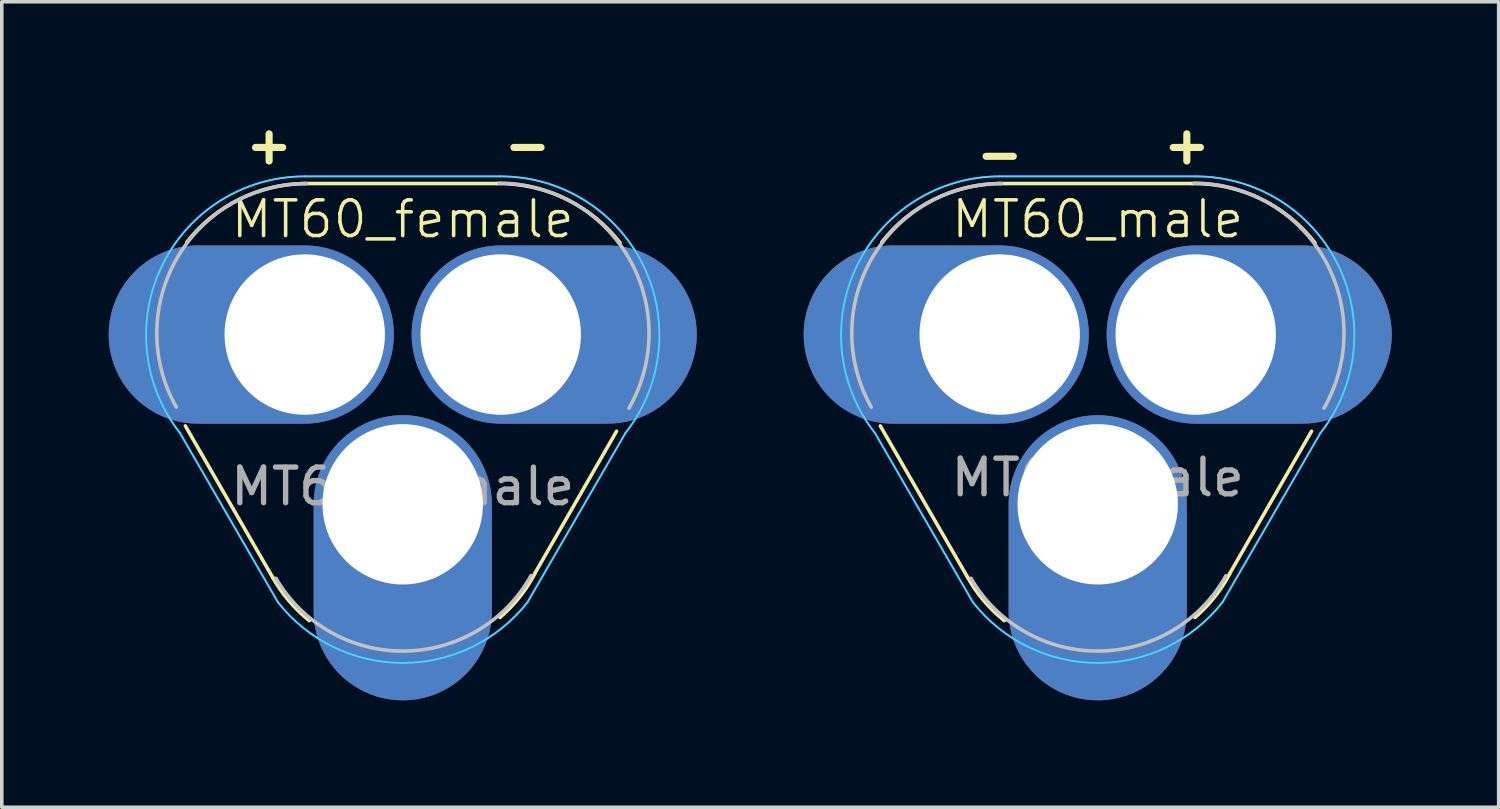
<source format=kicad_pcb>
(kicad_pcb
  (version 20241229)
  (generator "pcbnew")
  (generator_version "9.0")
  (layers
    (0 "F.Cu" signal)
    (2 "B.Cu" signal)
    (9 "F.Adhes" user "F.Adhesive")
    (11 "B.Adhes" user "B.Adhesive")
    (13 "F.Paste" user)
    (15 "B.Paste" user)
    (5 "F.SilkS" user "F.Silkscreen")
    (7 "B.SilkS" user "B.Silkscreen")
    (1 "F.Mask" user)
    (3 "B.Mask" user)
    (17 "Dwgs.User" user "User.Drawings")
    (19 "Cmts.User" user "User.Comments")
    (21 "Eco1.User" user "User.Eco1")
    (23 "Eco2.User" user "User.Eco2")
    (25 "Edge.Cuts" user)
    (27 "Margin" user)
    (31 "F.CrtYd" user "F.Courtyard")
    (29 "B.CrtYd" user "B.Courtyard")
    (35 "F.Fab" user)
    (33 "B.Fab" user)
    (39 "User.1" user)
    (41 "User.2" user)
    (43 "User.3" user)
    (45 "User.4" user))
  (footprint "MT60_female"
    (layer "F.Cu")
    (at 8.25 8.1)
    (property "Reference" "MT60_female" (at 0 -5 0) (unlocked yes) (layer "F.SilkS") (effects (font (size 1 1) (thickness 0.1))))
    (attr through_hole)
    (fp_line (start -3.65 5.05) (end -6.1 0.8) (stroke (width 0.1) (type default)) (layer "F.SilkS"))
    (fp_line (start 2.65 -6) (end -2.75 -6) (stroke (width 0.1) (type default)) (layer "F.SilkS"))
    (fp_line (start 3.7 4.95) (end 6 0.95) (stroke (width 0.1) (type default)) (layer "F.SilkS"))
    (fp_arc (start -6.057676 -4.355957) (mid -4.591767 -5.556076) (end -2.75 -6) (stroke (width 0.1) (type solid)) (layer "F.SilkS"))
    (fp_arc (start -2.62118 6.26411) (mid -3.193813 5.706392) (end -3.65 5.05) (stroke (width 0.1) (type solid)) (layer "F.SilkS"))
    (fp_arc (start 2.65 -6) (mid 4.568852 -5.57297) (end 6.097173 -4.336612) (stroke (width 0.1) (type solid)) (layer "F.SilkS"))
    (fp_arc (start 3.7 4.958313) (mid 3.2713 5.6122) (end 2.728482 6.174961) (stroke (width 0.1) (type solid)) (layer "F.SilkS"))
    (fp_arc (start -6.352681 0.273143) (mid -6.329546 -3.913386) (end -2.7 -6) (stroke (width 0.1) (type solid)) (layer "Dwgs.User"))
    (fp_arc (start 2.7 -6.010998) (mid 6.345244 -3.908247) (end 6.35 0.3) (stroke (width 0.1) (type default)) (layer "Dwgs.User"))
    (fp_arc (start 3.6 5) (mid 0.043191 7.118026) (end -3.557259 5.075068) (stroke (width 0.1) (type default)) (layer "Dwgs.User"))
    (fp_line (start -3.5 5.75) (end -6.25 1) (stroke (width 0.05) (type default)) (layer "B.CrtYd"))
    (fp_line (start -2.75 -6.201) (end 2.75 -6.201) (stroke (width 0.05) (type default)) (layer "B.CrtYd"))
    (fp_line (start 3.5 5.75) (end 6.25 1) (stroke (width 0.05) (type default)) (layer "B.CrtYd"))
    (fp_arc (start -6.25 1) (mid -6.753317 -3.695753) (end -2.75 -6.201123) (stroke (width 0.05) (type default)) (layer "B.CrtYd"))
    (fp_arc (start 2.75 -6.201123) (mid 6.753316 -3.695753) (end 6.25 1) (stroke (width 0.05) (type default)) (layer "B.CrtYd"))
    (fp_arc (start 3.5 5.75) (mid 0 7.451123) (end -3.5 5.75) (stroke (width 0.05) (type default)) (layer "B.CrtYd"))
    (fp_line (start -3.5 5.75) (end -6.25 1) (stroke (width 0.05) (type default)) (layer "F.CrtYd"))
    (fp_line (start -2.75 -6.201) (end 2.75 -6.201) (stroke (width 0.05) (type default)) (layer "F.CrtYd"))
    (fp_line (start 6.25 1) (end 3.5 5.75) (stroke (width 0.05) (type default)) (layer "F.CrtYd"))
    (fp_arc (start -6.25 1) (mid -6.753317 -3.695753) (end -2.75 -6.201123) (stroke (width 0.05) (type default)) (layer "F.CrtYd"))
    (fp_arc (start 2.75 -6.201123) (mid 6.753316 -3.695753) (end 6.25 1) (stroke (width 0.05) (type default)) (layer "F.CrtYd"))
    (fp_arc (start 3.5 5.75) (mid 0 7.451123) (end -3.5 5.75) (stroke (width 0.05) (type default)) (layer "F.CrtYd"))
    (fp_text user "-" (at 2.75 -6.5 0) (unlocked yes) (layer "F.SilkS") (effects (font (size 1 1) (thickness 0.2) (bold yes)) (justify left bottom)))
    (fp_text user "+" (at -4.5 -6.5 0) (unlocked yes) (layer "F.SilkS") (effects (font (size 1 1) (thickness 0.2) (bold yes)) (justify left bottom)))
    (fp_text user "${REFERENCE}" (at 0 2.5 0) (unlocked yes) (layer "F.Fab") (effects (font (size 1 1) (thickness 0.15))))
    (pad "1" thru_hole oval (at -2.75 -1.763 90) (size 5 8) (drill 4.5 (offset 0 -1.5)) (layers "*.Cu" "*.Mask"))
    (pad "2" thru_hole oval (at 0 3 180) (size 5 8) (drill 4.5 (offset 0 -1.5)) (layers "*.Cu" "*.Mask"))
    (pad "3" thru_hole oval (at 2.75 -1.763 270) (size 5 8) (drill 4.5 (offset 0 -1.5)) (layers "*.Cu" "*.Mask")))
  (footprint "MT60_male"
    (layer "F.Cu")
    (at 27.75 7.85)
    (property "Reference" "MT60_male" (at 0 -4.75 0) (unlocked yes) (layer "F.SilkS") (effects (font (size 1 1) (thickness 0.1))))
    (attr through_hole)
    (fp_line (start -3.65 5.3) (end -6.1 1.05) (stroke (width 0.1) (type default)) (layer "F.SilkS"))
    (fp_line (start 2.65 -5.75) (end -2.75 -5.75) (stroke (width 0.1) (type default)) (layer "F.SilkS"))
    (fp_line (start 3.7 5.2) (end 6 1.2) (stroke (width 0.1) (type default)) (layer "F.SilkS"))
    (fp_arc (start -6.057676 -4.105957) (mid -4.591767 -5.306076) (end -2.75 -5.75) (stroke (width 0.1) (type solid)) (layer "F.SilkS"))
    (fp_arc (start -2.62118 6.51411) (mid -3.193813 5.956392) (end -3.65 5.3) (stroke (width 0.1) (type solid)) (layer "F.SilkS"))
    (fp_arc (start 2.65 -5.75) (mid 4.568852 -5.32297) (end 6.097173 -4.086612) (stroke (width 0.1) (type solid)) (layer "F.SilkS"))
    (fp_arc (start 3.7 5.208313) (mid 3.2713 5.8622) (end 2.728482 6.424961) (stroke (width 0.1) (type solid)) (layer "F.SilkS"))
    (fp_arc (start -6.352681 0.523143) (mid -6.329546 -3.663386) (end -2.7 -5.75) (stroke (width 0.1) (type solid)) (layer "Dwgs.User"))
    (fp_arc (start 2.7 -5.760998) (mid 6.345244 -3.658247) (end 6.35 0.55) (stroke (width 0.1) (type default)) (layer "Dwgs.User"))
    (fp_arc (start 3.6 5.25) (mid 0.043191 7.368026) (end -3.557259 5.325068) (stroke (width 0.1) (type default)) (layer "Dwgs.User"))
    (fp_line (start -3.5 6) (end -6.25 1.25) (stroke (width 0.05) (type default)) (layer "B.CrtYd"))
    (fp_line (start -2.75 -5.951) (end 2.75 -5.951) (stroke (width 0.05) (type default)) (layer "B.CrtYd"))
    (fp_line (start 3.5 6) (end 6.25 1.25) (stroke (width 0.05) (type default)) (layer "B.CrtYd"))
    (fp_arc (start -6.25 1.25) (mid -6.753317 -3.445753) (end -2.75 -5.951123) (stroke (width 0.05) (type default)) (layer "B.CrtYd"))
    (fp_arc (start 2.75 -5.951123) (mid 6.753316 -3.445753) (end 6.25 1.25) (stroke (width 0.05) (type default)) (layer "B.CrtYd"))
    (fp_arc (start 3.5 6) (mid 0 7.701123) (end -3.5 6) (stroke (width 0.05) (type default)) (layer "B.CrtYd"))
    (fp_line (start -3.5 6) (end -6.25 1.25) (stroke (width 0.05) (type default)) (layer "F.CrtYd"))
    (fp_line (start -2.75 -5.951) (end 2.75 -5.951) (stroke (width 0.05) (type default)) (layer "F.CrtYd"))
    (fp_line (start 6.25 1.25) (end 3.5 6) (stroke (width 0.05) (type default)) (layer "F.CrtYd"))
    (fp_arc (start -6.25 1.25) (mid -6.753317 -3.445753) (end -2.75 -5.951123) (stroke (width 0.05) (type default)) (layer "F.CrtYd"))
    (fp_arc (start 2.75 -5.951123) (mid 6.753316 -3.445753) (end 6.25 1.25) (stroke (width 0.05) (type default)) (layer "F.CrtYd"))
    (fp_arc (start 3.5 6) (mid 0 7.701123) (end -3.5 6) (stroke (width 0.05) (type default)) (layer "F.CrtYd"))
    (fp_text user "-" (at -3.5 -6 0) (unlocked yes) (layer "F.SilkS") (effects (font (size 1 1) (thickness 0.2) (bold yes)) (justify left bottom)))
    (fp_text user "+" (at 1.75 -6.25 0) (unlocked yes) (layer "F.SilkS") (effects (font (size 1 1) (thickness 0.2) (bold yes)) (justify left bottom)))
    (fp_text user "${REFERENCE}" (at 0 2.5 0) (unlocked yes) (layer "F.Fab") (effects (font (size 1 1) (thickness 0.15))))
    (pad "1" thru_hole oval (at 2.75 -1.513 270) (size 5 8) (drill 4.5 (offset 0 -1.5)) (layers "*.Cu" "*.Mask"))
    (pad "2" thru_hole oval (at 0 3.25 180) (size 5 8) (drill 4.5 (offset 0 -1.5)) (layers "*.Cu" "*.Mask"))
    (pad "3" thru_hole oval (at -2.75 -1.513 90) (size 5 8) (drill 4.5 (offset 0 -1.5)) (layers "*.Cu" "*.Mask")))
  (gr_rect
    (start -3 -3)
    (end 39 19.6)
    (stroke (width 0.1) (type default))
    (fill no)
    (layer "Edge.Cuts")))
</source>
